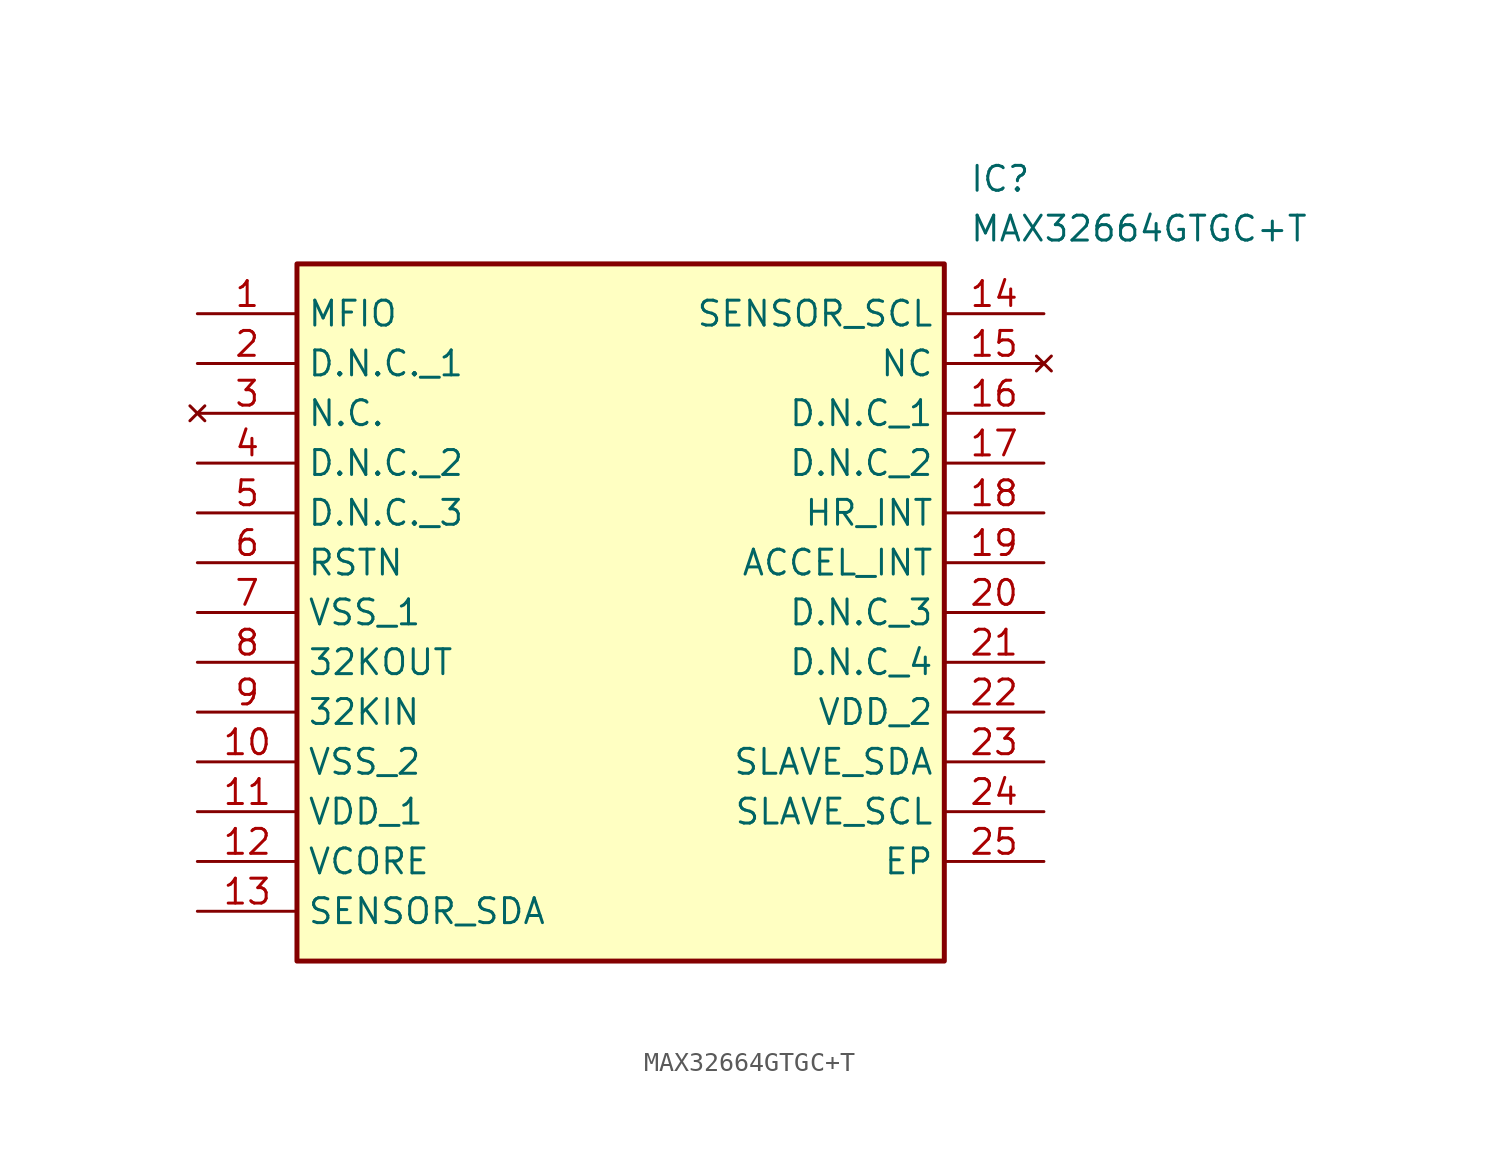
<source format=kicad_sym>
(kicad_symbol_lib
  (version 20220914)
  (generator kicad_symbol_editor)
  (symbol "MAX32664GTGC+T"
    (property "Reference" "IC"
      (at 39.37 7.62 0)
      (effects (font (size 1.27 1.27)) (justify left top)))
    (property "Value" "MAX32664GTGC+T"
      (at 39.37 5.08 0)
      (effects (font (size 1.27 1.27)) (justify left top)))
    (symbol "MAX32664GTGC+T_1_1"
      (rectangle (start 5.08 2.54) (end 38.1 -33.02) (stroke (width 0.254) (type default)) (fill (type background)))
      (pin passive line (at 0 0 0) (length 5.08) (name "MFIO" (effects (font (size 1.27 1.27)))) (number "1" (effects (font (size 1.27 1.27)))))
      (pin passive line (at 0 -22.86 0) (length 5.08) (name "VSS_2" (effects (font (size 1.27 1.27)))) (number "10" (effects (font (size 1.27 1.27)))))
      (pin passive line (at 0 -25.4 0) (length 5.08) (name "VDD_1" (effects (font (size 1.27 1.27)))) (number "11" (effects (font (size 1.27 1.27)))))
      (pin passive line (at 0 -27.94 0) (length 5.08) (name "VCORE" (effects (font (size 1.27 1.27)))) (number "12" (effects (font (size 1.27 1.27)))))
      (pin passive line (at 0 -30.48 0) (length 5.08) (name "SENSOR_SDA" (effects (font (size 1.27 1.27)))) (number "13" (effects (font (size 1.27 1.27)))))
      (pin passive line (at 43.18 0 180) (length 5.08) (name "SENSOR_SCL" (effects (font (size 1.27 1.27)))) (number "14" (effects (font (size 1.27 1.27)))))
      (pin no_connect line (at 43.18 -2.54 180) (length 5.08) (name "NC" (effects (font (size 1.27 1.27)))) (number "15" (effects (font (size 1.27 1.27)))))
      (pin passive line (at 43.18 -5.08 180) (length 5.08) (name "D.N.C_1" (effects (font (size 1.27 1.27)))) (number "16" (effects (font (size 1.27 1.27)))))
      (pin passive line (at 43.18 -7.62 180) (length 5.08) (name "D.N.C_2" (effects (font (size 1.27 1.27)))) (number "17" (effects (font (size 1.27 1.27)))))
      (pin passive line (at 43.18 -10.16 180) (length 5.08) (name "HR_INT" (effects (font (size 1.27 1.27)))) (number "18" (effects (font (size 1.27 1.27)))))
      (pin passive line (at 43.18 -12.7 180) (length 5.08) (name "ACCEL_INT" (effects (font (size 1.27 1.27)))) (number "19" (effects (font (size 1.27 1.27)))))
      (pin passive line (at 0 -2.54 0) (length 5.08) (name "D.N.C._1" (effects (font (size 1.27 1.27)))) (number "2" (effects (font (size 1.27 1.27)))))
      (pin passive line (at 43.18 -15.24 180) (length 5.08) (name "D.N.C_3" (effects (font (size 1.27 1.27)))) (number "20" (effects (font (size 1.27 1.27)))))
      (pin passive line (at 43.18 -17.78 180) (length 5.08) (name "D.N.C_4" (effects (font (size 1.27 1.27)))) (number "21" (effects (font (size 1.27 1.27)))))
      (pin passive line (at 43.18 -20.32 180) (length 5.08) (name "VDD_2" (effects (font (size 1.27 1.27)))) (number "22" (effects (font (size 1.27 1.27)))))
      (pin passive line (at 43.18 -22.86 180) (length 5.08) (name "SLAVE_SDA" (effects (font (size 1.27 1.27)))) (number "23" (effects (font (size 1.27 1.27)))))
      (pin passive line (at 43.18 -25.4 180) (length 5.08) (name "SLAVE_SCL" (effects (font (size 1.27 1.27)))) (number "24" (effects (font (size 1.27 1.27)))))
      (pin passive line (at 43.18 -27.94 180) (length 5.08) (name "EP" (effects (font (size 1.27 1.27)))) (number "25" (effects (font (size 1.27 1.27)))))
      (pin no_connect line (at 0 -5.08 0) (length 5.08) (name "N.C." (effects (font (size 1.27 1.27)))) (number "3" (effects (font (size 1.27 1.27)))))
      (pin passive line (at 0 -7.62 0) (length 5.08) (name "D.N.C._2" (effects (font (size 1.27 1.27)))) (number "4" (effects (font (size 1.27 1.27)))))
      (pin passive line (at 0 -10.16 0) (length 5.08) (name "D.N.C._3" (effects (font (size 1.27 1.27)))) (number "5" (effects (font (size 1.27 1.27)))))
      (pin passive line (at 0 -12.7 0) (length 5.08) (name "RSTN" (effects (font (size 1.27 1.27)))) (number "6" (effects (font (size 1.27 1.27)))))
      (pin passive line (at 0 -15.24 0) (length 5.08) (name "VSS_1" (effects (font (size 1.27 1.27)))) (number "7" (effects (font (size 1.27 1.27)))))
      (pin passive line (at 0 -17.78 0) (length 5.08) (name "32KOUT" (effects (font (size 1.27 1.27)))) (number "8" (effects (font (size 1.27 1.27)))))
      (pin passive line (at 0 -20.32 0) (length 5.08) (name "32KIN" (effects (font (size 1.27 1.27)))) (number "9" (effects (font (size 1.27 1.27))))))))
</source>
